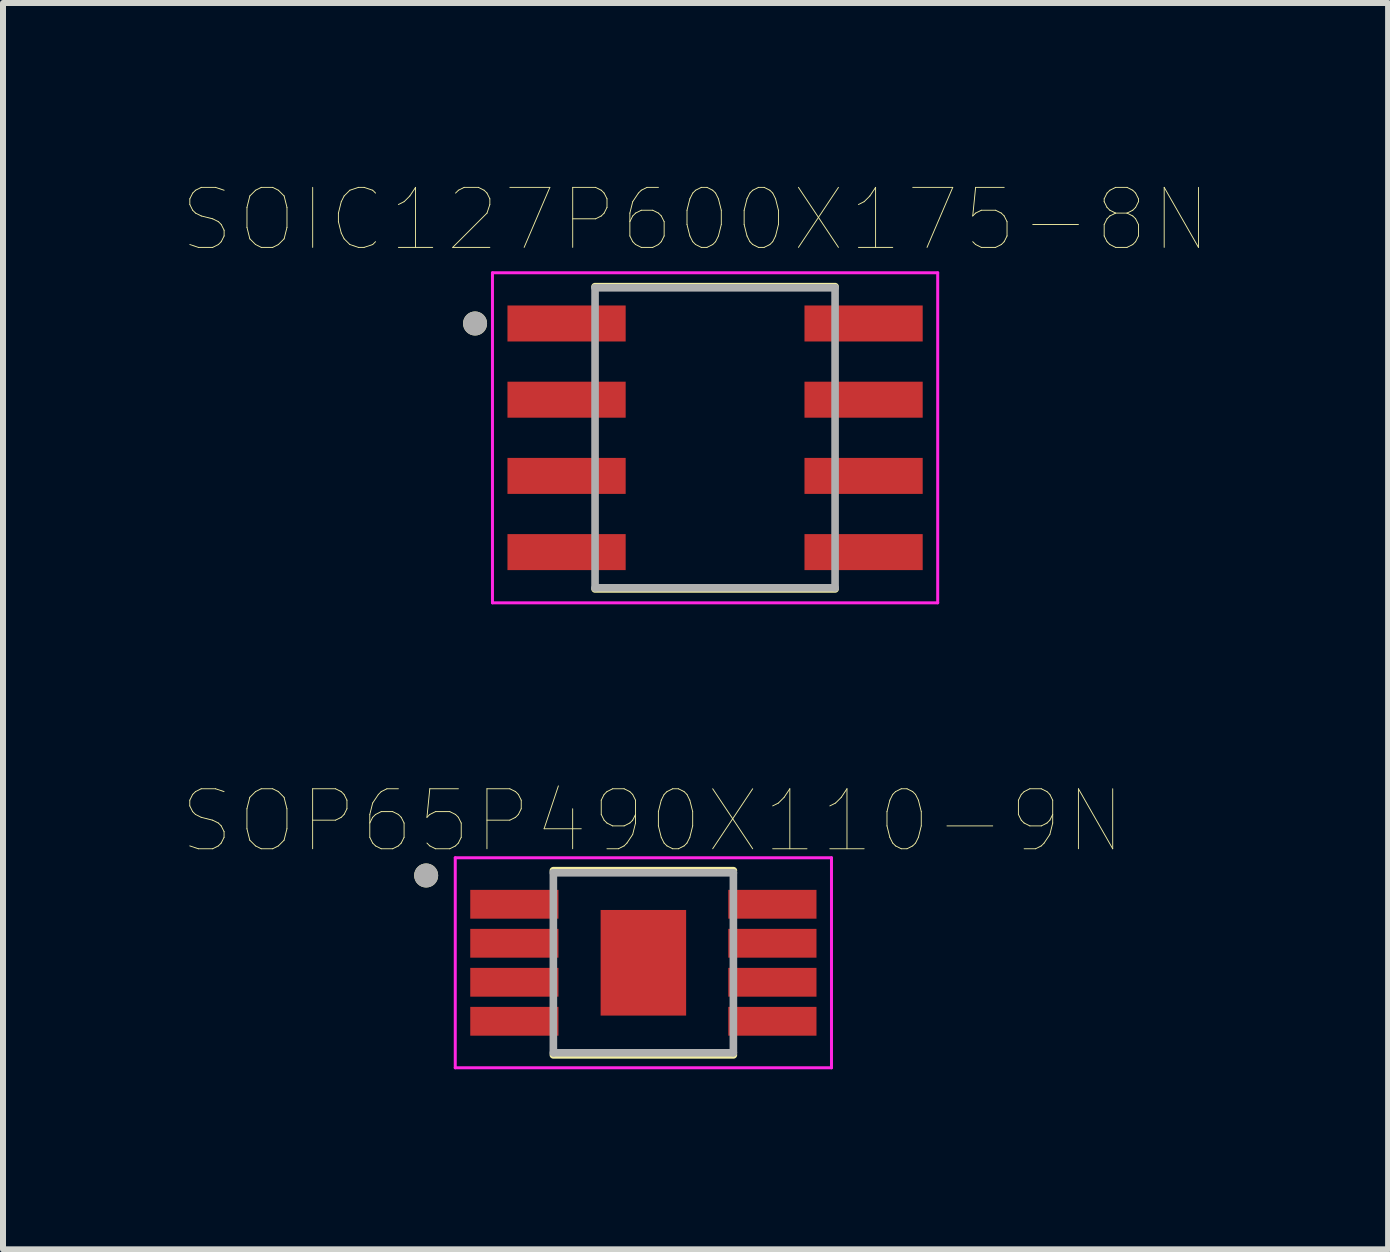
<source format=kicad_pcb>
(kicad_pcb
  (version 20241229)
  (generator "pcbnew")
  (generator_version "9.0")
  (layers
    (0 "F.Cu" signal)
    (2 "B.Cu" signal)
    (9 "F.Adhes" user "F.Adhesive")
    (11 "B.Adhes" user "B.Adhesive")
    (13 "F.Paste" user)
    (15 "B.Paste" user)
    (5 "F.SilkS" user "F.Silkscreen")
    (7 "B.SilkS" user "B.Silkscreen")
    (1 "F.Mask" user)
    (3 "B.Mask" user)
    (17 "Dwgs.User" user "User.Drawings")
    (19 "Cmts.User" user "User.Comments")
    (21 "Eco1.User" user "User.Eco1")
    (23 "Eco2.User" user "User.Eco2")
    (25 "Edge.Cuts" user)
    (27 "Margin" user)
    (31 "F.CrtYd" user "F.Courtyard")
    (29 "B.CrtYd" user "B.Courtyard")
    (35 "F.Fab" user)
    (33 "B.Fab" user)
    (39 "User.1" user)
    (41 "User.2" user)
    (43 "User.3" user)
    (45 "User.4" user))
  (footprint "SOIC127P600X175-8N"
    (layer "F.Cu")
    (at 8.867 4.246)
    (property "Reference" "SOIC127P600X175-8N" (at -0.325 -3.635 0) (layer "F.SilkS") (effects (font (size 1 1) (thickness 0.015))))
    (attr through_hole)
    (fp_line (start -2 -2.519) (end 2 -2.519) (stroke (width 0.127) (type solid)) (layer "F.SilkS"))
    (fp_line (start -2 2.519) (end 2 2.519) (stroke (width 0.127) (type solid)) (layer "F.SilkS"))
    (fp_circle (center -4 -1.905) (end -3.9 -1.905) (stroke (width 0.2) (type solid)) (fill no) (layer "F.SilkS"))
    (fp_line (start -3.71 -2.75) (end -3.71 2.75) (stroke (width 0.05) (type solid)) (layer "F.CrtYd"))
    (fp_line (start -3.71 -2.75) (end 3.71 -2.75) (stroke (width 0.05) (type solid)) (layer "F.CrtYd"))
    (fp_line (start -3.71 2.75) (end 3.71 2.75) (stroke (width 0.05) (type solid)) (layer "F.CrtYd"))
    (fp_line (start 3.71 -2.75) (end 3.71 2.75) (stroke (width 0.05) (type solid)) (layer "F.CrtYd"))
    (fp_line (start -2 -2.5) (end -2 2.5) (stroke (width 0.127) (type solid)) (layer "F.Fab"))
    (fp_line (start -2 -2.5) (end 2 -2.5) (stroke (width 0.127) (type solid)) (layer "F.Fab"))
    (fp_line (start -2 2.5) (end 2 2.5) (stroke (width 0.127) (type solid)) (layer "F.Fab"))
    (fp_line (start 2 -2.5) (end 2 2.5) (stroke (width 0.127) (type solid)) (layer "F.Fab"))
    (fp_circle (center -4 -1.905) (end -3.9 -1.905) (stroke (width 0.2) (type solid)) (fill no) (layer "F.Fab"))
    (pad "1" smd rect (at -2.475 -1.905) (size 1.97 0.6) (layers "F.Cu" "F.Mask" "F.Paste"))
    (pad "2" smd rect (at -2.475 -0.635) (size 1.97 0.6) (layers "F.Cu" "F.Mask" "F.Paste"))
    (pad "3" smd rect (at -2.475 0.635) (size 1.97 0.6) (layers "F.Cu" "F.Mask" "F.Paste"))
    (pad "4" smd rect (at -2.475 1.905) (size 1.97 0.6) (layers "F.Cu" "F.Mask" "F.Paste"))
    (pad "5" smd rect (at 2.475 1.905) (size 1.97 0.6) (layers "F.Cu" "F.Mask" "F.Paste"))
    (pad "6" smd rect (at 2.475 0.635) (size 1.97 0.6) (layers "F.Cu" "F.Mask" "F.Paste"))
    (pad "7" smd rect (at 2.475 -0.635) (size 1.97 0.6) (layers "F.Cu" "F.Mask" "F.Paste"))
    (pad "8" smd rect (at 2.475 -1.905) (size 1.97 0.6) (layers "F.Cu" "F.Mask" "F.Paste")))
  (footprint "SOP65P490X110-9N"
    (layer "F.Cu")
    (at 7.672 12.995)
    (property "Reference" "SOP65P490X110-9N" (at 0.155 -2.362 0) (layer "F.SilkS") (effects (font (size 1 1) (thickness 0.015))))
    (attr through_hole)
    (fp_line (start -1.5 -1.535) (end 1.5 -1.535) (stroke (width 0.127) (type solid)) (layer "F.SilkS"))
    (fp_line (start -1.5 1.535) (end 1.5 1.535) (stroke (width 0.127) (type solid)) (layer "F.SilkS"))
    (fp_circle (center -3.62 -1.455) (end -3.52 -1.455) (stroke (width 0.2) (type solid)) (fill no) (layer "F.SilkS"))
    (fp_poly (pts (xy -0.356 -0.44) (xy 0.356 -0.44) (xy 0.356 0.44) (xy -0.356 0.44)) (stroke (width 0.01) (type solid)) (fill yes) (layer "F.Paste"))
    (fp_line (start -3.135 -1.75) (end -3.135 1.75) (stroke (width 0.05) (type solid)) (layer "F.CrtYd"))
    (fp_line (start -3.135 -1.75) (end 3.135 -1.75) (stroke (width 0.05) (type solid)) (layer "F.CrtYd"))
    (fp_line (start -3.135 1.75) (end 3.135 1.75) (stroke (width 0.05) (type solid)) (layer "F.CrtYd"))
    (fp_line (start 3.135 -1.75) (end 3.135 1.75) (stroke (width 0.05) (type solid)) (layer "F.CrtYd"))
    (fp_line (start -1.5 -1.5) (end -1.5 1.5) (stroke (width 0.127) (type solid)) (layer "F.Fab"))
    (fp_line (start -1.5 -1.5) (end 1.5 -1.5) (stroke (width 0.127) (type solid)) (layer "F.Fab"))
    (fp_line (start -1.5 1.5) (end 1.5 1.5) (stroke (width 0.127) (type solid)) (layer "F.Fab"))
    (fp_line (start 1.5 -1.5) (end 1.5 1.5) (stroke (width 0.127) (type solid)) (layer "F.Fab"))
    (fp_circle (center -3.62 -1.455) (end -3.52 -1.455) (stroke (width 0.2) (type solid)) (fill no) (layer "F.Fab"))
    (pad "1" smd rect (at -2.15 -0.975) (size 1.47 0.48) (layers "F.Cu" "F.Mask" "F.Paste"))
    (pad "2" smd rect (at -2.15 -0.325) (size 1.47 0.48) (layers "F.Cu" "F.Mask" "F.Paste"))
    (pad "3" smd rect (at -2.15 0.325) (size 1.47 0.48) (layers "F.Cu" "F.Mask" "F.Paste"))
    (pad "4" smd rect (at -2.15 0.975) (size 1.47 0.48) (layers "F.Cu" "F.Mask" "F.Paste"))
    (pad "5" smd rect (at 2.15 0.975) (size 1.47 0.48) (layers "F.Cu" "F.Mask" "F.Paste"))
    (pad "6" smd rect (at 2.15 0.325) (size 1.47 0.48) (layers "F.Cu" "F.Mask" "F.Paste"))
    (pad "7" smd rect (at 2.15 -0.325) (size 1.47 0.48) (layers "F.Cu" "F.Mask" "F.Paste"))
    (pad "8" smd rect (at 2.15 -0.975) (size 1.47 0.48) (layers "F.Cu" "F.Mask" "F.Paste"))
    (pad "9" smd rect (at 0 0) (size 1.425 1.76) (layers "F.Cu" "F.Mask")))
  (gr_rect
    (start -3 -3)
    (end 20.083 17.77)
    (stroke (width 0.1) (type default))
    (fill no)
    (layer "Edge.Cuts")))
</source>
